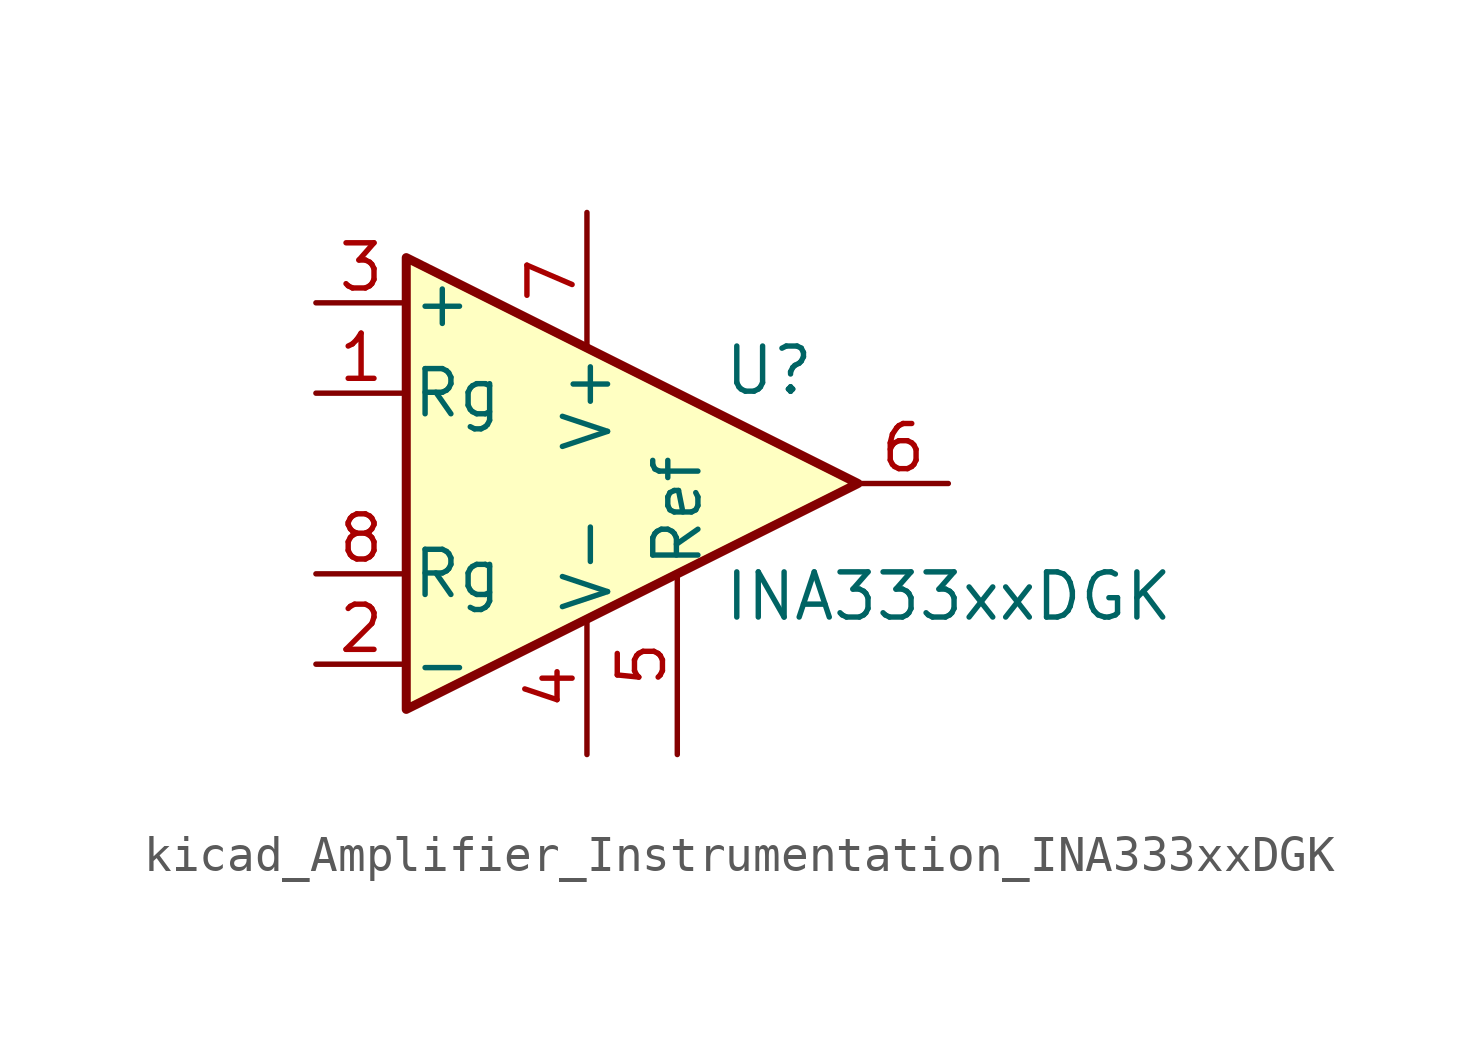
<source format=kicad_sym>
(kicad_symbol_lib
  (version 20220914)
  (generator kicad_symbol_editor)
  (symbol "kicad_Amplifier_Instrumentation_INA333xxDGK"
    (pin_names
      (offset 0.127))
    (property "Reference" "U"
      (at 3.81 3.175 0)
      (effects (font (size 1.27 1.27)) (justify left)))
    (property "Value" "INA333xxDGK"
      (at 3.81 -3.175 0)
      (effects (font (size 1.27 1.27)) (justify left)))
    (symbol "kicad_Amplifier_Instrumentation_INA333xxDGK_0_1"
      (polyline (pts (xy 7.62 0) (xy -5.08 6.35) (xy -5.08 -6.35) (xy 7.62 0)) (stroke (width 0.254) (type default)) (fill (type background))))
    (symbol "kicad_Amplifier_Instrumentation_INA333xxDGK_1_1"
      (pin passive line (at -7.62 2.54 0) (length 2.54) (name "Rg" (effects (font (size 1.27 1.27)))) (number "1" (effects (font (size 1.27 1.27)))))
      (pin input line (at -7.62 -5.08 0) (length 2.54) (name "-" (effects (font (size 1.27 1.27)))) (number "2" (effects (font (size 1.27 1.27)))))
      (pin input line (at -7.62 5.08 0) (length 2.54) (name "+" (effects (font (size 1.27 1.27)))) (number "3" (effects (font (size 1.27 1.27)))))
      (pin power_in line (at 0 -7.62 90) (length 3.81) (name "V-" (effects (font (size 1.27 1.27)))) (number "4" (effects (font (size 1.27 1.27)))))
      (pin input line (at 2.54 -7.62 90) (length 5.08) (name "Ref" (effects (font (size 1.27 1.27)))) (number "5" (effects (font (size 1.27 1.27)))))
      (pin output line (at 10.16 0 180) (length 2.54) (name "~" (effects (font (size 1.27 1.27)))) (number "6" (effects (font (size 1.27 1.27)))))
      (pin power_in line (at 0 7.62 270) (length 3.81) (name "V+" (effects (font (size 1.27 1.27)))) (number "7" (effects (font (size 1.27 1.27)))))
      (pin passive line (at -7.62 -2.54 0) (length 2.54) (name "Rg" (effects (font (size 1.27 1.27)))) (number "8" (effects (font (size 1.27 1.27))))))))
</source>
